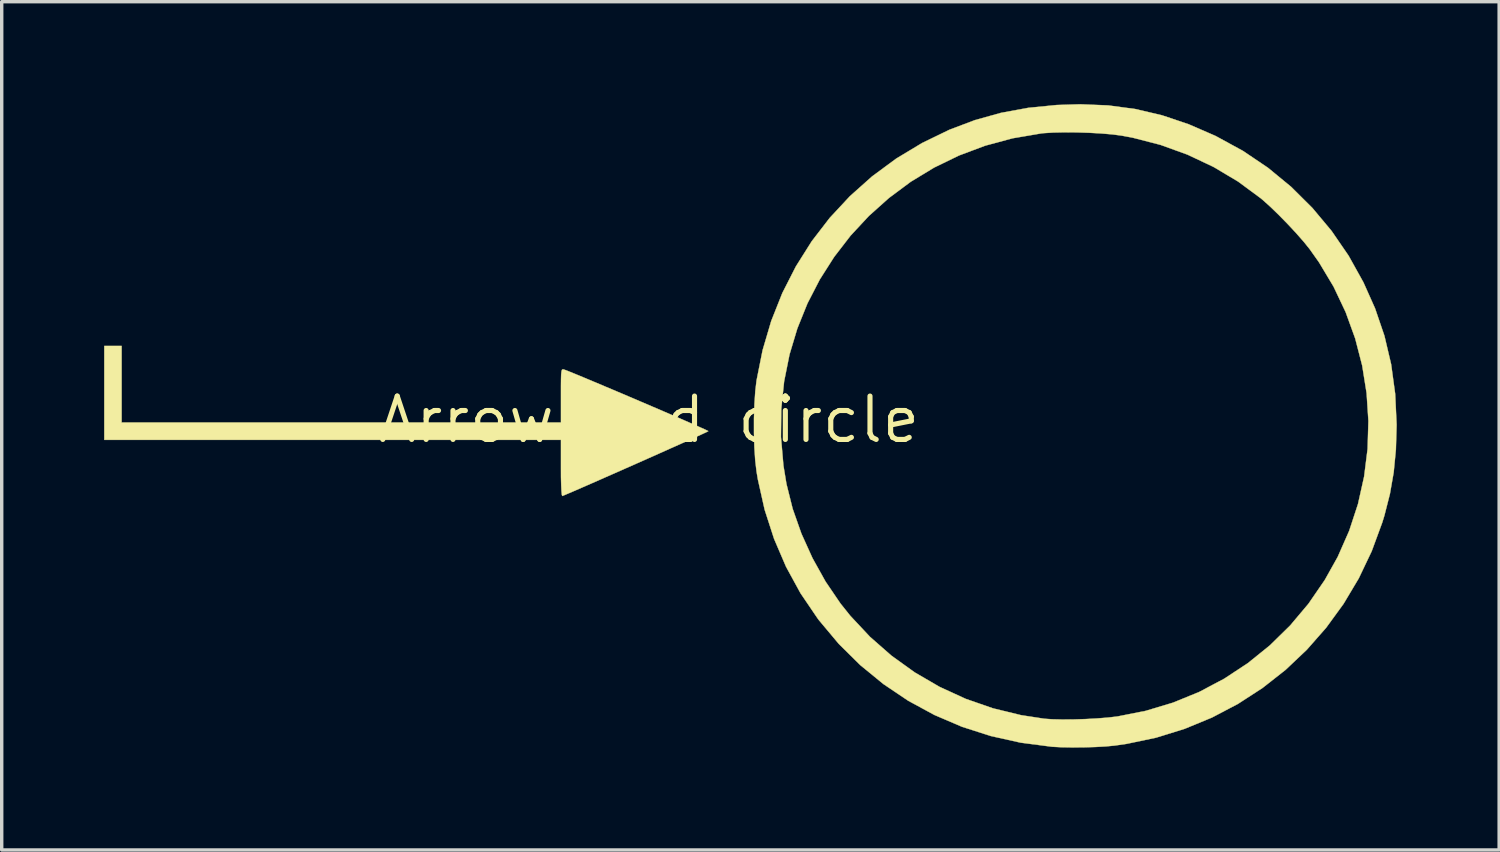
<source format=kicad_pcb>
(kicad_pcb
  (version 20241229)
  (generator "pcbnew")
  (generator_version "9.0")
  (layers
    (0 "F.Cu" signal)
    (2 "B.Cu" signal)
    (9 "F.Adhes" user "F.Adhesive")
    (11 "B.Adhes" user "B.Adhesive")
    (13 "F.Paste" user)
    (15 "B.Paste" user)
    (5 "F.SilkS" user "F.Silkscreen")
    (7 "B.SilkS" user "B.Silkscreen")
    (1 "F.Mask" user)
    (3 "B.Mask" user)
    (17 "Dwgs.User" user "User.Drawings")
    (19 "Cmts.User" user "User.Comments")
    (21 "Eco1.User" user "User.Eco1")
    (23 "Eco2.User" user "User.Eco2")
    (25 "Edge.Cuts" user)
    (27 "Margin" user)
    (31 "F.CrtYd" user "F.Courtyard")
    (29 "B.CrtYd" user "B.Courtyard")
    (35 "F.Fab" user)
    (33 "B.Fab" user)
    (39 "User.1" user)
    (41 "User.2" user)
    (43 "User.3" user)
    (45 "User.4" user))
  (footprint "Arrow and circle"
    (layer "F.Cu")
    (at 15.965 9.243)
    (property "Reference" "Arrow and circle" (at 0 0 0) (layer "F.SilkS") (effects (font (size 1.27 1.27) (thickness 0.15))))
    (attr through_hole)
    (fp_poly (pts (xy -15.452 0.085) (xy -2.582 0.085) (xy -2.582 -0.703) (xy -2.582 -0.979) (xy -2.58 -1.182) (xy -2.576 -1.321) (xy -2.567 -1.409) (xy -2.554 -1.456) (xy -2.534 -1.473) (xy -2.507 -1.472) (xy -2.5 -1.47) (xy -2.436 -1.447) (xy -2.307 -1.396) (xy -2.119 -1.319) (xy -1.883 -1.221) (xy -1.606 -1.105) (xy -1.298 -0.975) (xy -0.966 -0.835) (xy -0.62 -0.688) (xy -0.269 -0.538) (xy 0.08 -0.389) (xy 0.418 -0.244) (xy 0.735 -0.107) (xy 1.024 0.018) (xy 1.275 0.128) (xy 1.48 0.218) (xy 1.63 0.285) (xy 1.717 0.326) (xy 1.736 0.337) (xy 1.698 0.357) (xy 1.592 0.407) (xy 1.425 0.484) (xy 1.206 0.583) (xy 0.944 0.701) (xy 0.646 0.834) (xy 0.323 0.979) (xy -0.019 1.131) (xy -0.37 1.287) (xy -0.723 1.443) (xy -1.067 1.595) (xy -1.396 1.74) (xy -1.7 1.874) (xy -1.971 1.992) (xy -2.2 2.092) (xy -2.38 2.169) (xy -2.5 2.22) (xy -2.544 2.237) (xy -2.556 2.201) (xy -2.567 2.091) (xy -2.575 1.916) (xy -2.581 1.688) (xy -2.582 1.422) (xy -2.582 0.593) (xy -15.96 0.593) (xy -15.96 -2.159) (xy -15.452 -2.159) (xy -15.452 0.085)) (stroke (width 0.01) (type solid)) (fill yes) (layer "F.SilkS"))
    (fp_poly (pts (xy 13.449 -9.205) (xy 14.243 -9.099) (xy 15.024 -8.916) (xy 15.802 -8.655) (xy 16.587 -8.314) (xy 16.616 -8.299) (xy 17.398 -7.872) (xy 18.13 -7.378) (xy 18.808 -6.82) (xy 19.43 -6.202) (xy 19.993 -5.528) (xy 20.493 -4.8) (xy 20.926 -4.022) (xy 21.267 -3.259) (xy 21.542 -2.453) (xy 21.738 -1.621) (xy 21.856 -0.757) (xy 21.898 0.139) (xy 21.898 0.169) (xy 21.877 0.881) (xy 21.813 1.542) (xy 21.702 2.177) (xy 21.54 2.812) (xy 21.477 3.016) (xy 21.169 3.853) (xy 20.79 4.648) (xy 20.344 5.396) (xy 19.835 6.095) (xy 19.268 6.74) (xy 18.645 7.33) (xy 17.972 7.859) (xy 17.252 8.326) (xy 16.489 8.727) (xy 15.687 9.058) (xy 14.851 9.317) (xy 13.983 9.499) (xy 13.633 9.549) (xy 13.381 9.573) (xy 13.072 9.59) (xy 12.733 9.6) (xy 12.391 9.602) (xy 12.074 9.597) (xy 11.808 9.583) (xy 11.79 9.581) (xy 10.885 9.463) (xy 10.009 9.268) (xy 9.165 8.997) (xy 8.357 8.651) (xy 7.589 8.234) (xy 6.864 7.746) (xy 6.185 7.19) (xy 5.556 6.568) (xy 4.981 5.882) (xy 4.933 5.818) (xy 4.435 5.084) (xy 4.011 4.308) (xy 3.661 3.492) (xy 3.385 2.639) (xy 3.186 1.75) (xy 3.147 1.516) (xy 3.109 1.194) (xy 3.084 0.811) (xy 3.075 0.507) (xy 3.863 0.507) (xy 3.935 1.343) (xy 4.024 1.884) (xy 4.206 2.612) (xy 4.463 3.342) (xy 4.787 4.058) (xy 5.17 4.745) (xy 5.605 5.385) (xy 5.893 5.745) (xy 6.47 6.362) (xy 7.103 6.917) (xy 7.785 7.407) (xy 8.511 7.829) (xy 9.276 8.18) (xy 10.074 8.457) (xy 10.899 8.658) (xy 11.578 8.762) (xy 11.807 8.778) (xy 12.098 8.785) (xy 12.429 8.783) (xy 12.779 8.772) (xy 13.124 8.753) (xy 13.443 8.728) (xy 13.714 8.696) (xy 13.716 8.696) (xy 14.546 8.532) (xy 15.348 8.291) (xy 16.118 7.976) (xy 16.85 7.588) (xy 17.541 7.133) (xy 18.185 6.613) (xy 18.778 6.032) (xy 19.316 5.393) (xy 19.793 4.699) (xy 20.173 4.02) (xy 20.509 3.257) (xy 20.767 2.471) (xy 20.946 1.669) (xy 21.048 0.856) (xy 21.072 0.039) (xy 21.019 -0.776) (xy 20.89 -1.584) (xy 20.685 -2.377) (xy 20.405 -3.15) (xy 20.051 -3.897) (xy 19.623 -4.611) (xy 19.355 -4.99) (xy 19.18 -5.208) (xy 18.959 -5.46) (xy 18.709 -5.728) (xy 18.45 -5.993) (xy 18.199 -6.236) (xy 17.975 -6.437) (xy 17.919 -6.484) (xy 17.252 -6.976) (xy 16.535 -7.403) (xy 15.775 -7.762) (xy 14.982 -8.049) (xy 14.165 -8.26) (xy 13.843 -8.32) (xy 13.579 -8.355) (xy 13.257 -8.383) (xy 12.899 -8.403) (xy 12.528 -8.415) (xy 12.167 -8.417) (xy 11.838 -8.41) (xy 11.563 -8.393) (xy 11.488 -8.385) (xy 10.649 -8.242) (xy 9.844 -8.025) (xy 9.076 -7.737) (xy 8.348 -7.383) (xy 7.664 -6.968) (xy 7.027 -6.494) (xy 6.438 -5.967) (xy 5.902 -5.39) (xy 5.422 -4.768) (xy 5 -4.105) (xy 4.639 -3.405) (xy 4.343 -2.672) (xy 4.114 -1.91) (xy 3.956 -1.123) (xy 3.872 -0.316) (xy 3.863 0.507) (xy 3.075 0.507) (xy 3.072 0.393) (xy 3.072 -0.037) (xy 3.086 -0.455) (xy 3.111 -0.837) (xy 3.147 -1.143) (xy 3.325 -2.034) (xy 3.578 -2.891) (xy 3.904 -3.711) (xy 4.301 -4.49) (xy 4.764 -5.225) (xy 5.293 -5.912) (xy 5.883 -6.546) (xy 6.533 -7.126) (xy 7.238 -7.646) (xy 7.998 -8.104) (xy 8.8 -8.493) (xy 9.544 -8.774) (xy 10.309 -8.987) (xy 11.106 -9.134) (xy 11.944 -9.217) (xy 12.632 -9.238) (xy 13.449 -9.205)) (stroke (width 0.01) (type solid)) (fill yes) (layer "F.SilkS")))
  (gr_rect
    (start -3 -3)
    (end 40.867 21.85)
    (stroke (width 0.1) (type default))
    (fill no)
    (layer "Edge.Cuts")))
</source>
